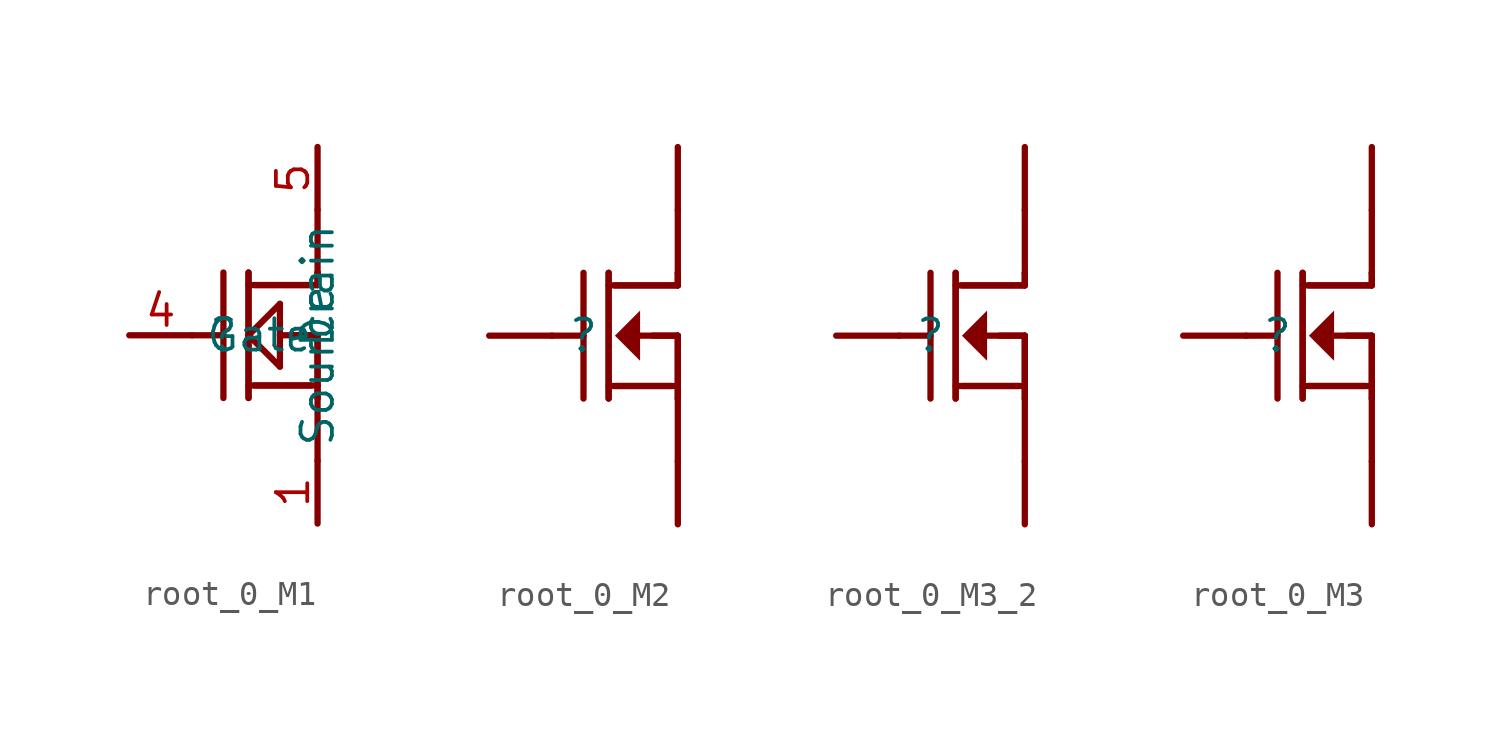
<source format=kicad_sym>
(kicad_symbol_lib
  (version 20231120)
  (generator "kicad_symbol_editor")
  (generator_version "8.0")
  (symbol "root_0_M1"
    (property "Reference" ""
      (at 0 0 0)
      (effects (font (size 1.27 1.27))))
    (property "Value" ""
      (at 0 0 0)
      (effects (font (size 1.27 1.27))))
    (symbol "root_0_M1_1_0"
      (polyline (pts (xy -3.81 0) (xy -1.27 0)) (stroke (width 0.254) (type solid)) (fill (type none)))
      (polyline (pts (xy -1.27 0) (xy 0 0)) (stroke (width 0.254) (type solid)) (fill (type none)))
      (polyline (pts (xy 0 -2.54) (xy 0 2.54)) (stroke (width 0.254) (type solid)) (fill (type none)))
      (polyline (pts (xy 1.016 -2.032) (xy 3.81 -2.032)) (stroke (width 0.254) (type solid)) (fill (type none)))
      (polyline (pts (xy 1.016 0) (xy 2.286 1.27)) (stroke (width 0.254) (type solid)) (fill (type none)))
      (polyline (pts (xy 1.016 2.54) (xy 1.016 -2.54)) (stroke (width 0.254) (type solid)) (fill (type none)))
      (polyline (pts (xy 1.016 2.54) (xy 1.016 -2.54)) (stroke (width 0.254) (type solid)) (fill (type none)))
      (polyline (pts (xy 1.27 -2.032) (xy 3.556 -2.032)) (stroke (width 0.254) (type solid)) (fill (type none)))
      (polyline (pts (xy 2.286 -1.27) (xy 1.016 0)) (stroke (width 0.254) (type solid)) (fill (type none)))
      (polyline (pts (xy 2.286 0) (xy 3.81 0)) (stroke (width 0.254) (type solid)) (fill (type none)))
      (polyline (pts (xy 2.286 1.27) (xy 2.286 -1.27)) (stroke (width 0.254) (type solid)) (fill (type none)))
      (polyline (pts (xy 2.794 0) (xy 3.81 0)) (stroke (width 0.254) (type solid)) (fill (type none)))
      (polyline (pts (xy 3.81 -7.62) (xy 3.81 -5.08)) (stroke (width 0.254) (type solid)) (fill (type none)))
      (polyline (pts (xy 3.81 -2.54) (xy 3.81 -5.08)) (stroke (width 0.254) (type solid)) (fill (type none)))
      (polyline (pts (xy 3.81 0) (xy 3.81 -2.54)) (stroke (width 0.254) (type solid)) (fill (type none)))
      (polyline (pts (xy 3.81 0) (xy 3.81 -2.54)) (stroke (width 0.254) (type solid)) (fill (type none)))
      (polyline (pts (xy 3.81 2.032) (xy 1.016 2.032)) (stroke (width 0.254) (type solid)) (fill (type none)))
      (polyline (pts (xy 3.81 2.032) (xy 1.27 2.032)) (stroke (width 0.254) (type solid)) (fill (type none)))
      (polyline (pts (xy 3.81 2.54) (xy 3.81 2.032)) (stroke (width 0.254) (type solid)) (fill (type none)))
      (polyline (pts (xy 3.81 2.54) (xy 3.81 2.032)) (stroke (width 0.254) (type solid)) (fill (type none)))
      (polyline (pts (xy 3.81 5.08) (xy 3.81 2.54)) (stroke (width 0.254) (type solid)) (fill (type none)))
      (polyline (pts (xy 3.81 7.62) (xy 3.81 5.08)) (stroke (width 0.254) (type solid)) (fill (type none)))
      (pin passive line (at 3.81 -7.62 90) (length 2.54) (name "Source" (effects (font (size 1.27 1.27)))) (number "1" (effects (font (size 1.27 1.27)))))
      (pin passive line (at 3.81 -7.62 90) (length 2.54) (name "Source" (effects (font (size 0 0)))) (number "2" (effects (font (size 0 0)))))
      (pin passive line (at 3.81 -7.62 90) (length 2.54) (name "Source" (effects (font (size 0 0)))) (number "3" (effects (font (size 0 0)))))
      (pin passive line (at -3.81 0 0) (length 2.54) (name "Gate" (effects (font (size 1.27 1.27)))) (number "4" (effects (font (size 1.27 1.27)))))
      (pin passive line (at 3.81 7.62 270) (length 2.54) (name "Drain" (effects (font (size 1.27 1.27)))) (number "5" (effects (font (size 1.27 1.27)))))
      (pin passive line (at 3.81 7.62 270) (length 2.54) (name "Drain" (effects (font (size 0 0)))) (number "6" (effects (font (size 0 0)))))
      (pin passive line (at 3.81 7.62 270) (length 2.54) (name "Drain" (effects (font (size 0 0)))) (number "7" (effects (font (size 0 0)))))
      (pin passive line (at 3.81 7.62 270) (length 2.54) (name "Drain" (effects (font (size 0 0)))) (number "8" (effects (font (size 0 0)))))
      (pin passive line (at 3.81 7.62 270) (length 2.54) (name "Drain" (effects (font (size 0 0)))) (number "9" (effects (font (size 0 0)))))))
  (symbol "root_0_M2"
    (property "Reference" ""
      (at 0 0 0)
      (effects (font (size 1.27 1.27))))
    (property "Value" ""
      (at 0 0 0)
      (effects (font (size 1.27 1.27))))
    (symbol "root_0_M2_1_0"
      (polyline (pts (xy -3.81 0) (xy -1.27 0)) (stroke (width 0.254) (type solid)) (fill (type none)))
      (polyline (pts (xy -1.27 0) (xy 0 0)) (stroke (width 0.254) (type solid)) (fill (type none)))
      (polyline (pts (xy 0 -2.54) (xy 0 2.54)) (stroke (width 0.254) (type solid)) (fill (type none)))
      (polyline (pts (xy 1.016 -2.032) (xy 3.81 -2.032)) (stroke (width 0.254) (type solid)) (fill (type none)))
      (polyline (pts (xy 1.016 2.54) (xy 1.016 -2.54)) (stroke (width 0.254) (type solid)) (fill (type none)))
      (polyline (pts (xy 1.016 2.54) (xy 1.016 -2.54)) (stroke (width 0.254) (type solid)) (fill (type none)))
      (polyline (pts (xy 1.27 -2.032) (xy 3.556 -2.032)) (stroke (width 0.254) (type solid)) (fill (type none)))
      (polyline (pts (xy 2.286 0) (xy 3.81 0)) (stroke (width 0.254) (type solid)) (fill (type none)))
      (polyline (pts (xy 2.794 0) (xy 3.81 0)) (stroke (width 0.254) (type solid)) (fill (type none)))
      (polyline (pts (xy 3.81 -7.62) (xy 3.81 -5.08)) (stroke (width 0.254) (type solid)) (fill (type none)))
      (polyline (pts (xy 3.81 -2.54) (xy 3.81 -5.08)) (stroke (width 0.254) (type solid)) (fill (type none)))
      (polyline (pts (xy 3.81 0) (xy 3.81 -2.54)) (stroke (width 0.254) (type solid)) (fill (type none)))
      (polyline (pts (xy 3.81 0) (xy 3.81 -2.54)) (stroke (width 0.254) (type solid)) (fill (type none)))
      (polyline (pts (xy 3.81 2.032) (xy 1.016 2.032)) (stroke (width 0.254) (type solid)) (fill (type none)))
      (polyline (pts (xy 3.81 2.032) (xy 1.27 2.032)) (stroke (width 0.254) (type solid)) (fill (type none)))
      (polyline (pts (xy 3.81 2.54) (xy 3.81 2.032)) (stroke (width 0.254) (type solid)) (fill (type none)))
      (polyline (pts (xy 3.81 2.54) (xy 3.81 2.032)) (stroke (width 0.254) (type solid)) (fill (type none)))
      (polyline (pts (xy 3.81 5.08) (xy 3.81 2.54)) (stroke (width 0.254) (type solid)) (fill (type none)))
      (polyline (pts (xy 3.81 7.62) (xy 3.81 5.08)) (stroke (width 0.254) (type solid)) (fill (type none)))
      (polyline (pts (xy 1.27 0) (xy 2.286 1.016) (xy 2.286 -1.016) (xy 1.27 0)) (stroke (width -0.0001) (type solid)) (fill (type outline)))
      (pin passive line (at 3.81 -7.62 90) (length 2.54) (name "Source" (effects (font (size 0 0)))) (number "1" (effects (font (size 0 0)))))
      (pin passive line (at 3.81 -7.62 90) (length 2.54) (name "Source" (effects (font (size 0 0)))) (number "2" (effects (font (size 0 0)))))
      (pin passive line (at 3.81 -7.62 90) (length 2.54) (name "Source" (effects (font (size 0 0)))) (number "3" (effects (font (size 0 0)))))
      (pin passive line (at -3.81 0 0) (length 2.54) (name "Gate" (effects (font (size 0 0)))) (number "4" (effects (font (size 0 0)))))
      (pin passive line (at 3.81 7.62 270) (length 2.54) (name "Drain" (effects (font (size 0 0)))) (number "5" (effects (font (size 0 0)))))
      (pin passive line (at 3.81 7.62 270) (length 2.54) (name "Drain" (effects (font (size 0 0)))) (number "6" (effects (font (size 0 0)))))
      (pin passive line (at 3.81 7.62 270) (length 2.54) (name "Drain" (effects (font (size 0 0)))) (number "7" (effects (font (size 0 0)))))
      (pin passive line (at 3.81 7.62 270) (length 2.54) (name "Drain" (effects (font (size 0 0)))) (number "8" (effects (font (size 0 0)))))
      (pin passive line (at 3.81 7.62 270) (length 2.54) (name "Drain" (effects (font (size 0 0)))) (number "9" (effects (font (size 0 0)))))))
  (symbol "root_0_M3_2"
    (property "Reference" ""
      (at 0 0 0)
      (effects (font (size 1.27 1.27))))
    (property "Value" ""
      (at 0 0 0)
      (effects (font (size 1.27 1.27))))
    (symbol "root_0_M3_2_1_0"
      (polyline (pts (xy -3.81 0) (xy -1.27 0)) (stroke (width 0.254) (type solid)) (fill (type none)))
      (polyline (pts (xy -1.27 0) (xy 0 0)) (stroke (width 0.254) (type solid)) (fill (type none)))
      (polyline (pts (xy 0 -2.54) (xy 0 2.54)) (stroke (width 0.254) (type solid)) (fill (type none)))
      (polyline (pts (xy 1.016 -2.032) (xy 3.81 -2.032)) (stroke (width 0.254) (type solid)) (fill (type none)))
      (polyline (pts (xy 1.016 2.54) (xy 1.016 -2.54)) (stroke (width 0.254) (type solid)) (fill (type none)))
      (polyline (pts (xy 1.016 2.54) (xy 1.016 -2.54)) (stroke (width 0.254) (type solid)) (fill (type none)))
      (polyline (pts (xy 1.27 -2.032) (xy 3.556 -2.032)) (stroke (width 0.254) (type solid)) (fill (type none)))
      (polyline (pts (xy 2.286 0) (xy 3.81 0)) (stroke (width 0.254) (type solid)) (fill (type none)))
      (polyline (pts (xy 2.794 0) (xy 3.81 0)) (stroke (width 0.254) (type solid)) (fill (type none)))
      (polyline (pts (xy 3.81 -7.62) (xy 3.81 -5.08)) (stroke (width 0.254) (type solid)) (fill (type none)))
      (polyline (pts (xy 3.81 -2.54) (xy 3.81 -5.08)) (stroke (width 0.254) (type solid)) (fill (type none)))
      (polyline (pts (xy 3.81 0) (xy 3.81 -2.54)) (stroke (width 0.254) (type solid)) (fill (type none)))
      (polyline (pts (xy 3.81 0) (xy 3.81 -2.54)) (stroke (width 0.254) (type solid)) (fill (type none)))
      (polyline (pts (xy 3.81 2.032) (xy 1.016 2.032)) (stroke (width 0.254) (type solid)) (fill (type none)))
      (polyline (pts (xy 3.81 2.032) (xy 1.27 2.032)) (stroke (width 0.254) (type solid)) (fill (type none)))
      (polyline (pts (xy 3.81 2.54) (xy 3.81 2.032)) (stroke (width 0.254) (type solid)) (fill (type none)))
      (polyline (pts (xy 3.81 2.54) (xy 3.81 2.032)) (stroke (width 0.254) (type solid)) (fill (type none)))
      (polyline (pts (xy 3.81 5.08) (xy 3.81 2.54)) (stroke (width 0.254) (type solid)) (fill (type none)))
      (polyline (pts (xy 3.81 7.62) (xy 3.81 5.08)) (stroke (width 0.254) (type solid)) (fill (type none)))
      (polyline (pts (xy 1.27 0) (xy 2.286 1.016) (xy 2.286 -1.016) (xy 1.27 0)) (stroke (width -0.0001) (type solid)) (fill (type outline)))
      (pin passive line (at 3.81 -7.62 90) (length 2.54) (name "Source" (effects (font (size 0 0)))) (number "1" (effects (font (size 0 0)))))
      (pin passive line (at 3.81 -7.62 90) (length 2.54) (name "Source" (effects (font (size 0 0)))) (number "2" (effects (font (size 0 0)))))
      (pin passive line (at 3.81 -7.62 90) (length 2.54) (name "Source" (effects (font (size 0 0)))) (number "3" (effects (font (size 0 0)))))
      (pin passive line (at -3.81 0 0) (length 2.54) (name "Gate" (effects (font (size 0 0)))) (number "4" (effects (font (size 0 0)))))
      (pin passive line (at 3.81 7.62 270) (length 2.54) (name "Drain" (effects (font (size 0 0)))) (number "5" (effects (font (size 0 0)))))
      (pin passive line (at 3.81 7.62 270) (length 2.54) (name "Drain" (effects (font (size 0 0)))) (number "6" (effects (font (size 0 0)))))
      (pin passive line (at 3.81 7.62 270) (length 2.54) (name "Drain" (effects (font (size 0 0)))) (number "7" (effects (font (size 0 0)))))
      (pin passive line (at 3.81 7.62 270) (length 2.54) (name "Drain" (effects (font (size 0 0)))) (number "8" (effects (font (size 0 0)))))
      (pin passive line (at 3.81 7.62 270) (length 2.54) (name "Drain" (effects (font (size 0 0)))) (number "9" (effects (font (size 0 0)))))))
  (symbol "root_0_M3"
    (property "Reference" ""
      (at 0 0 0)
      (effects (font (size 1.27 1.27))))
    (property "Value" ""
      (at 0 0 0)
      (effects (font (size 1.27 1.27))))
    (symbol "root_0_M3_1_0"
      (polyline (pts (xy -3.81 0) (xy -1.27 0)) (stroke (width 0.254) (type solid)) (fill (type none)))
      (polyline (pts (xy -1.27 0) (xy 0 0)) (stroke (width 0.254) (type solid)) (fill (type none)))
      (polyline (pts (xy 0 -2.54) (xy 0 2.54)) (stroke (width 0.254) (type solid)) (fill (type none)))
      (polyline (pts (xy 1.016 -2.032) (xy 3.81 -2.032)) (stroke (width 0.254) (type solid)) (fill (type none)))
      (polyline (pts (xy 1.016 2.54) (xy 1.016 -2.54)) (stroke (width 0.254) (type solid)) (fill (type none)))
      (polyline (pts (xy 1.016 2.54) (xy 1.016 -2.54)) (stroke (width 0.254) (type solid)) (fill (type none)))
      (polyline (pts (xy 1.27 -2.032) (xy 3.556 -2.032)) (stroke (width 0.254) (type solid)) (fill (type none)))
      (polyline (pts (xy 2.286 0) (xy 3.81 0)) (stroke (width 0.254) (type solid)) (fill (type none)))
      (polyline (pts (xy 2.794 0) (xy 3.81 0)) (stroke (width 0.254) (type solid)) (fill (type none)))
      (polyline (pts (xy 3.81 -7.62) (xy 3.81 -5.08)) (stroke (width 0.254) (type solid)) (fill (type none)))
      (polyline (pts (xy 3.81 -2.54) (xy 3.81 -5.08)) (stroke (width 0.254) (type solid)) (fill (type none)))
      (polyline (pts (xy 3.81 0) (xy 3.81 -2.54)) (stroke (width 0.254) (type solid)) (fill (type none)))
      (polyline (pts (xy 3.81 0) (xy 3.81 -2.54)) (stroke (width 0.254) (type solid)) (fill (type none)))
      (polyline (pts (xy 3.81 2.032) (xy 1.016 2.032)) (stroke (width 0.254) (type solid)) (fill (type none)))
      (polyline (pts (xy 3.81 2.032) (xy 1.27 2.032)) (stroke (width 0.254) (type solid)) (fill (type none)))
      (polyline (pts (xy 3.81 2.54) (xy 3.81 2.032)) (stroke (width 0.254) (type solid)) (fill (type none)))
      (polyline (pts (xy 3.81 2.54) (xy 3.81 2.032)) (stroke (width 0.254) (type solid)) (fill (type none)))
      (polyline (pts (xy 3.81 5.08) (xy 3.81 2.54)) (stroke (width 0.254) (type solid)) (fill (type none)))
      (polyline (pts (xy 3.81 7.62) (xy 3.81 5.08)) (stroke (width 0.254) (type solid)) (fill (type none)))
      (polyline (pts (xy 1.27 0) (xy 2.286 1.016) (xy 2.286 -1.016) (xy 1.27 0)) (stroke (width -0.0001) (type solid)) (fill (type outline)))
      (pin passive line (at 3.81 -7.62 90) (length 2.54) (name "Source" (effects (font (size 0 0)))) (number "1" (effects (font (size 0 0)))))
      (pin passive line (at 3.81 -7.62 90) (length 2.54) (name "Source" (effects (font (size 0 0)))) (number "2" (effects (font (size 0 0)))))
      (pin passive line (at 3.81 -7.62 90) (length 2.54) (name "Source" (effects (font (size 0 0)))) (number "3" (effects (font (size 0 0)))))
      (pin passive line (at -3.81 0 0) (length 2.54) (name "Gate" (effects (font (size 0 0)))) (number "4" (effects (font (size 0 0)))))
      (pin passive line (at 3.81 7.62 270) (length 2.54) (name "Drain" (effects (font (size 0 0)))) (number "5" (effects (font (size 0 0)))))
      (pin passive line (at 3.81 7.62 270) (length 2.54) (name "Drain" (effects (font (size 0 0)))) (number "6" (effects (font (size 0 0)))))
      (pin passive line (at 3.81 7.62 270) (length 2.54) (name "Drain" (effects (font (size 0 0)))) (number "7" (effects (font (size 0 0)))))
      (pin passive line (at 3.81 7.62 270) (length 2.54) (name "Drain" (effects (font (size 0 0)))) (number "8" (effects (font (size 0 0)))))
      (pin passive line (at 3.81 7.62 270) (length 2.54) (name "Drain" (effects (font (size 0 0)))) (number "9" (effects (font (size 0 0))))))))
</source>
